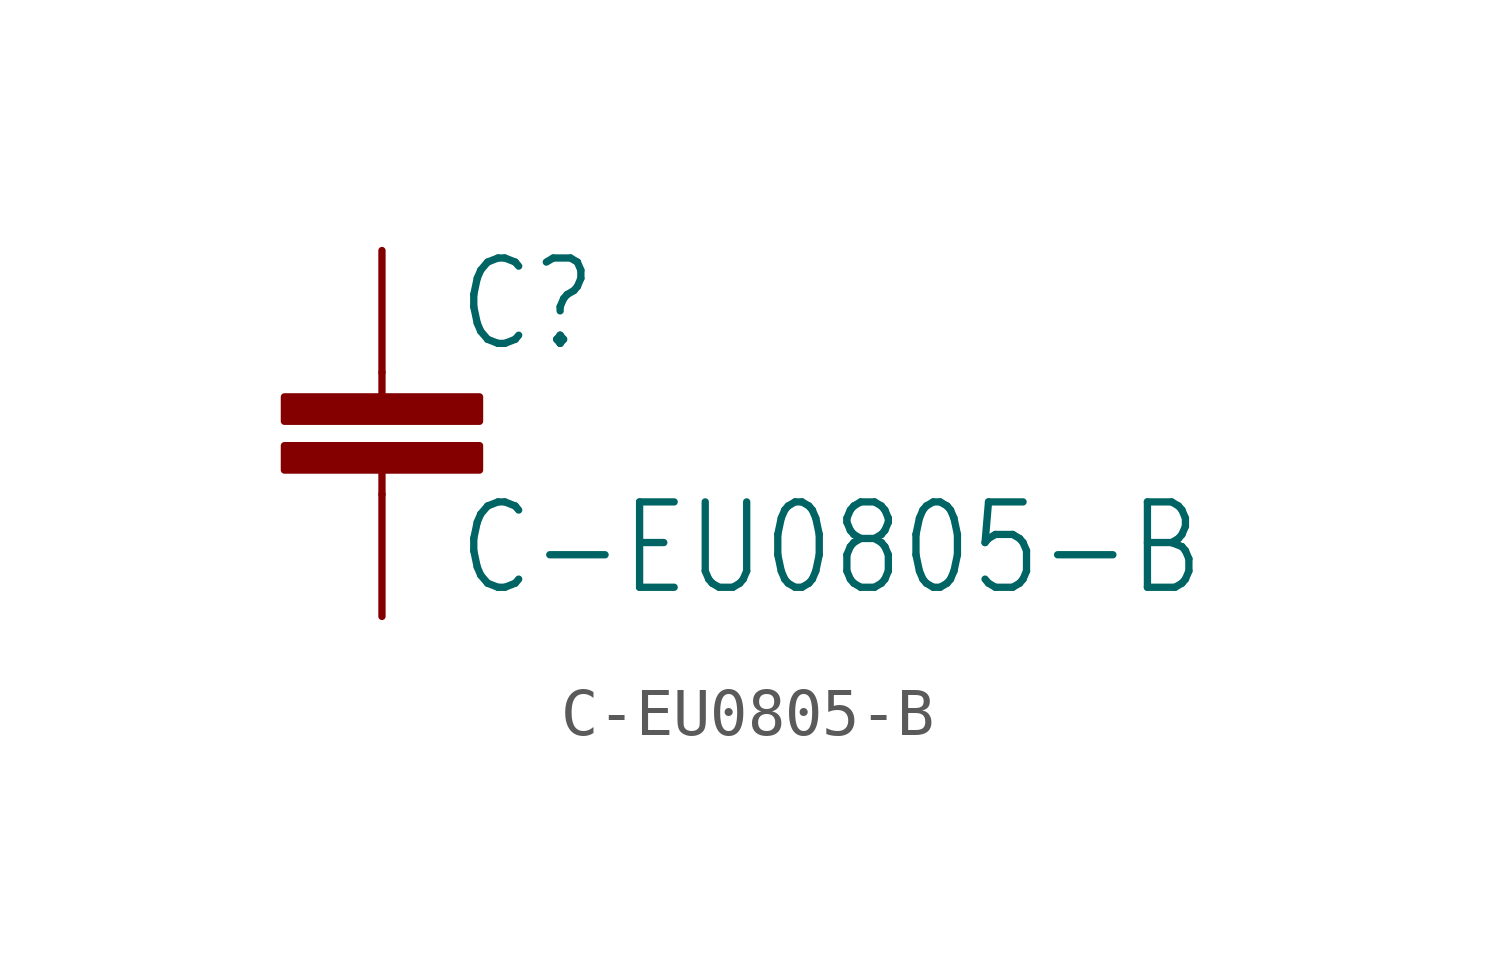
<source format=kicad_sym>
(kicad_symbol_lib
  (version 20201005)
  (generator kicad_symbol_editor)
  (symbol "pirt:C-EU0805-B"
    (property "Reference" "C"
      (at 1.524 0.381 0)
      (effects (font (size 1.778 1.511)) (justify left bottom)))
    (property "Value" "C-EU0805-B"
      (at 1.524 -4.699 0)
      (effects (font (size 1.778 1.511)) (justify left bottom)))
    (property "ki_locked" ""
      (at 0 0 0)
      (effects (font (size 1.27 1.27))))
    (symbol "C-EU0805-B_1_0"
      (rectangle (start -2.032 -2.032) (end 2.032 -1.524) (stroke (width 0)) (fill (type outline)))
      (rectangle (start -2.032 -1.016) (end 2.032 -0.508) (stroke (width 0)) (fill (type outline)))
      (polyline (pts (xy 0 -2.54) (xy 0 -2.032)) (stroke (width 0.152)) (fill (type none)))
      (polyline (pts (xy 0 0) (xy 0 -0.508)) (stroke (width 0.152)) (fill (type none)))
      (pin passive line (at 0 2.54 270) (length 2.54) (name "1" (effects (font (size 0 0)))) (number "1" (effects (font (size 0 0)))))
      (pin passive line (at 0 -5.08 90) (length 2.54) (name "2" (effects (font (size 0 0)))) (number "2" (effects (font (size 0 0))))))))
</source>
